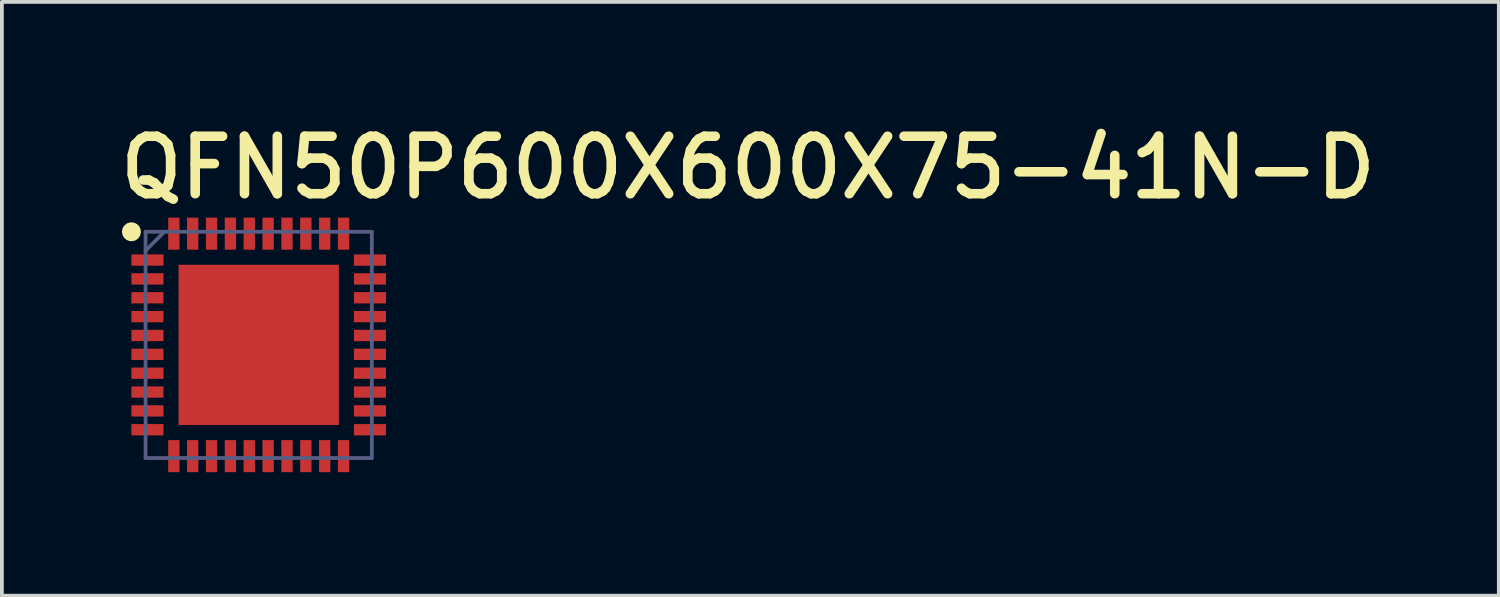
<source format=kicad_pcb>
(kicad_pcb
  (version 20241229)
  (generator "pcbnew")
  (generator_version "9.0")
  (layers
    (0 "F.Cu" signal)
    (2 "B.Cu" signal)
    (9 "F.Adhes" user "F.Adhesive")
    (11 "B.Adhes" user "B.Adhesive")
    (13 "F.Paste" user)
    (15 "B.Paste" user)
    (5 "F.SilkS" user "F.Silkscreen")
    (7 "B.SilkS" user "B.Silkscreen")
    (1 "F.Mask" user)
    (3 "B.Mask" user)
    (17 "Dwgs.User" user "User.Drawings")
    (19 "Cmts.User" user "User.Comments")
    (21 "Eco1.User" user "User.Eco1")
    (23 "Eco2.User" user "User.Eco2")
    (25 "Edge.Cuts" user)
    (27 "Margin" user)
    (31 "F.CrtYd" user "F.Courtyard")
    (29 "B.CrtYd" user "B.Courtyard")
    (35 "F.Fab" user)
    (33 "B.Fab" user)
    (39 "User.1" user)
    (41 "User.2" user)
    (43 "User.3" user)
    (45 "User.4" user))
  (footprint "QFN50P600X600X75-41N-D"
    (layer "F.Cu")
    (at 3.81 6.096)
    (property "Reference" "QFN50P600X600X75-41N-D" (at -3.81 -3.81 0) (unlocked yes) (layer "F.SilkS") (effects (font (size 1.524 1.524) (thickness 0.254)) (justify left bottom)))
    (fp_circle (center -3.375 -3) (end -3.375 -2.875) (stroke (width 0.25) (type solid)) (fill no) (layer "F.SilkS"))
    (fp_line (start -3.625 -3.625) (end -3.625 3.625) (stroke (width 0.05) (type solid)) (layer "Eco1.User"))
    (fp_line (start 3.625 -3.625) (end -3.625 -3.625) (stroke (width 0.05) (type solid)) (layer "Eco1.User"))
    (fp_line (start 3.625 -3.625) (end 3.625 3.625) (stroke (width 0.05) (type solid)) (layer "Eco1.User"))
    (fp_line (start 3.625 3.625) (end -3.625 3.625) (stroke (width 0.05) (type solid)) (layer "Eco1.User"))
    (fp_line (start -3 -3) (end -3 3) (stroke (width 0.1) (type solid)) (layer "B.Fab"))
    (fp_line (start -2.5 -3) (end -3 -2.5) (stroke (width 0.1) (type solid)) (layer "B.Fab"))
    (fp_line (start 3 -3) (end -3 -3) (stroke (width 0.1) (type solid)) (layer "B.Fab"))
    (fp_line (start 3 -3) (end 3 3) (stroke (width 0.1) (type solid)) (layer "B.Fab"))
    (fp_line (start 3 3) (end -3 3) (stroke (width 0.1) (type solid)) (layer "B.Fab"))
    (pad "1" smd rect (at -2.95 -2.25) (size 0.85 0.3) (layers "F.Cu" "F.Mask" "F.Paste"))
    (pad "2" smd rect (at -2.95 -1.75) (size 0.85 0.3) (layers "F.Cu" "F.Mask" "F.Paste"))
    (pad "3" smd rect (at -2.95 -1.25) (size 0.85 0.3) (layers "F.Cu" "F.Mask" "F.Paste"))
    (pad "4" smd rect (at -2.95 -0.75) (size 0.85 0.3) (layers "F.Cu" "F.Mask" "F.Paste"))
    (pad "5" smd rect (at -2.95 -0.25) (size 0.85 0.3) (layers "F.Cu" "F.Mask" "F.Paste"))
    (pad "6" smd rect (at -2.95 0.25) (size 0.85 0.3) (layers "F.Cu" "F.Mask" "F.Paste"))
    (pad "7" smd rect (at -2.95 0.75) (size 0.85 0.3) (layers "F.Cu" "F.Mask" "F.Paste"))
    (pad "8" smd rect (at -2.95 1.25) (size 0.85 0.3) (layers "F.Cu" "F.Mask" "F.Paste"))
    (pad "9" smd rect (at -2.95 1.75) (size 0.85 0.3) (layers "F.Cu" "F.Mask" "F.Paste"))
    (pad "10" smd rect (at -2.95 2.25) (size 0.85 0.3) (layers "F.Cu" "F.Mask" "F.Paste"))
    (pad "11" smd rect (at -2.25 2.95 90) (size 0.85 0.3) (layers "F.Cu" "F.Mask" "F.Paste"))
    (pad "12" smd rect (at -1.75 2.95 90) (size 0.85 0.3) (layers "F.Cu" "F.Mask" "F.Paste"))
    (pad "13" smd rect (at -1.25 2.95 90) (size 0.85 0.3) (layers "F.Cu" "F.Mask" "F.Paste"))
    (pad "14" smd rect (at -0.75 2.95 90) (size 0.85 0.3) (layers "F.Cu" "F.Mask" "F.Paste"))
    (pad "15" smd rect (at -0.25 2.95 90) (size 0.85 0.3) (layers "F.Cu" "F.Mask" "F.Paste"))
    (pad "16" smd rect (at 0.25 2.95 90) (size 0.85 0.3) (layers "F.Cu" "F.Mask" "F.Paste"))
    (pad "17" smd rect (at 0.75 2.95 90) (size 0.85 0.3) (layers "F.Cu" "F.Mask" "F.Paste"))
    (pad "18" smd rect (at 1.25 2.95 90) (size 0.85 0.3) (layers "F.Cu" "F.Mask" "F.Paste"))
    (pad "19" smd rect (at 1.75 2.95 90) (size 0.85 0.3) (layers "F.Cu" "F.Mask" "F.Paste"))
    (pad "20" smd rect (at 2.25 2.95 90) (size 0.85 0.3) (layers "F.Cu" "F.Mask" "F.Paste"))
    (pad "21" smd rect (at 2.95 2.25) (size 0.85 0.3) (layers "F.Cu" "F.Mask" "F.Paste"))
    (pad "22" smd rect (at 2.95 1.75) (size 0.85 0.3) (layers "F.Cu" "F.Mask" "F.Paste"))
    (pad "23" smd rect (at 2.95 1.25) (size 0.85 0.3) (layers "F.Cu" "F.Mask" "F.Paste"))
    (pad "24" smd rect (at 2.95 0.75) (size 0.85 0.3) (layers "F.Cu" "F.Mask" "F.Paste"))
    (pad "25" smd rect (at 2.95 0.25) (size 0.85 0.3) (layers "F.Cu" "F.Mask" "F.Paste"))
    (pad "26" smd rect (at 2.95 -0.25) (size 0.85 0.3) (layers "F.Cu" "F.Mask" "F.Paste"))
    (pad "27" smd rect (at 2.95 -0.75) (size 0.85 0.3) (layers "F.Cu" "F.Mask" "F.Paste"))
    (pad "28" smd rect (at 2.95 -1.25) (size 0.85 0.3) (layers "F.Cu" "F.Mask" "F.Paste"))
    (pad "29" smd rect (at 2.95 -1.75) (size 0.85 0.3) (layers "F.Cu" "F.Mask" "F.Paste"))
    (pad "30" smd rect (at 2.95 -2.25) (size 0.85 0.3) (layers "F.Cu" "F.Mask" "F.Paste"))
    (pad "31" smd rect (at 2.25 -2.95 90) (size 0.85 0.3) (layers "F.Cu" "F.Mask" "F.Paste"))
    (pad "32" smd rect (at 1.75 -2.95 90) (size 0.85 0.3) (layers "F.Cu" "F.Mask" "F.Paste"))
    (pad "33" smd rect (at 1.25 -2.95 90) (size 0.85 0.3) (layers "F.Cu" "F.Mask" "F.Paste"))
    (pad "34" smd rect (at 0.75 -2.95 90) (size 0.85 0.3) (layers "F.Cu" "F.Mask" "F.Paste"))
    (pad "35" smd rect (at 0.25 -2.95 90) (size 0.85 0.3) (layers "F.Cu" "F.Mask" "F.Paste"))
    (pad "36" smd rect (at -0.25 -2.95 90) (size 0.85 0.3) (layers "F.Cu" "F.Mask" "F.Paste"))
    (pad "37" smd rect (at -0.75 -2.95 90) (size 0.85 0.3) (layers "F.Cu" "F.Mask" "F.Paste"))
    (pad "38" smd rect (at -1.25 -2.95 90) (size 0.85 0.3) (layers "F.Cu" "F.Mask" "F.Paste"))
    (pad "39" smd rect (at -1.75 -2.95 90) (size 0.85 0.3) (layers "F.Cu" "F.Mask" "F.Paste"))
    (pad "40" smd rect (at -2.25 -2.95 90) (size 0.85 0.3) (layers "F.Cu" "F.Mask" "F.Paste"))
    (pad "41" smd rect (at 0 0 90) (size 4.25 4.25) (layers "F.Cu" "F.Mask" "F.Paste")))
  (gr_rect
    (start -3 -3)
    (end 36.695 12.746)
    (stroke (width 0.1) (type default))
    (fill no)
    (layer "Edge.Cuts")))
</source>
